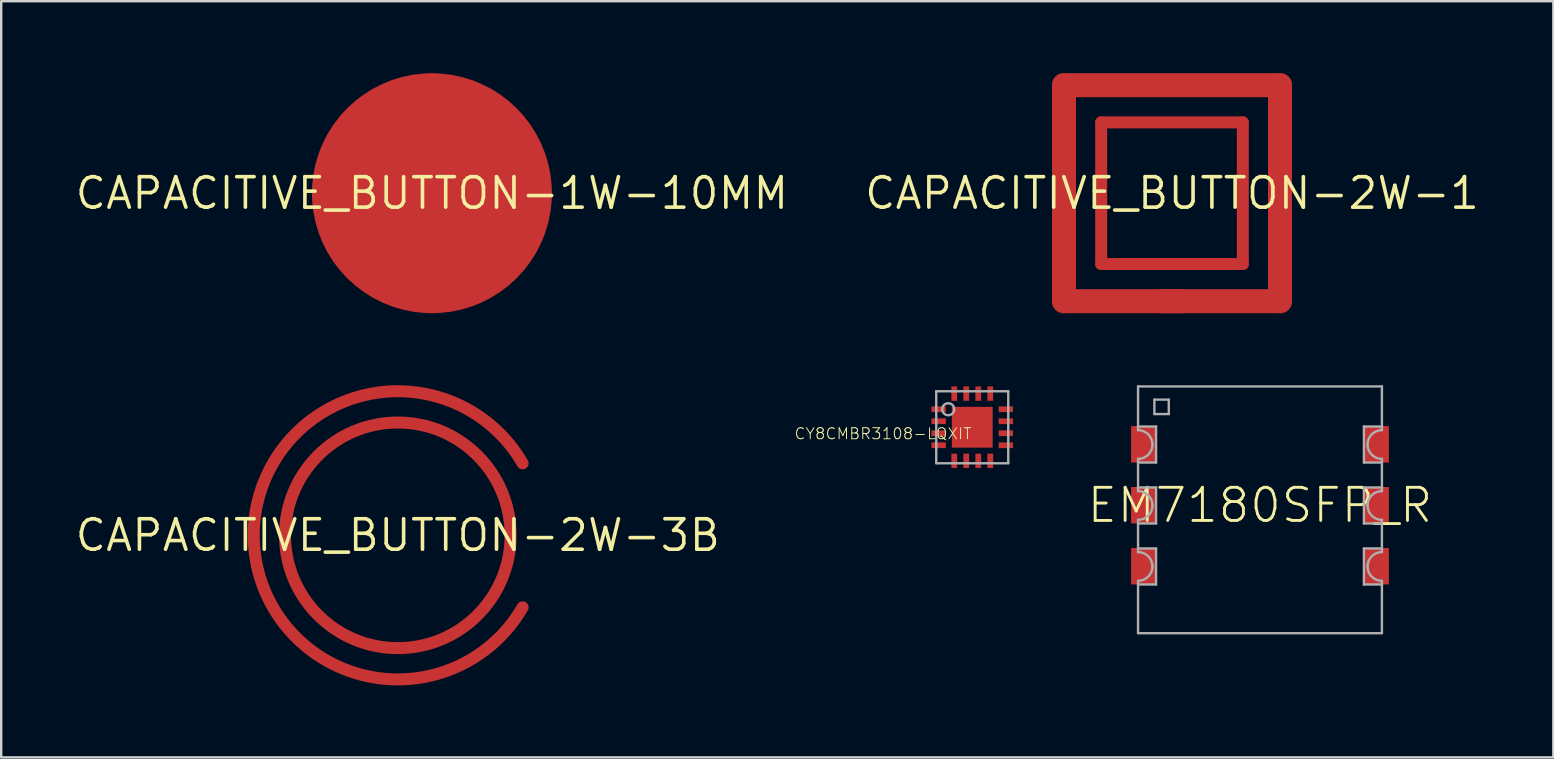
<source format=kicad_pcb>
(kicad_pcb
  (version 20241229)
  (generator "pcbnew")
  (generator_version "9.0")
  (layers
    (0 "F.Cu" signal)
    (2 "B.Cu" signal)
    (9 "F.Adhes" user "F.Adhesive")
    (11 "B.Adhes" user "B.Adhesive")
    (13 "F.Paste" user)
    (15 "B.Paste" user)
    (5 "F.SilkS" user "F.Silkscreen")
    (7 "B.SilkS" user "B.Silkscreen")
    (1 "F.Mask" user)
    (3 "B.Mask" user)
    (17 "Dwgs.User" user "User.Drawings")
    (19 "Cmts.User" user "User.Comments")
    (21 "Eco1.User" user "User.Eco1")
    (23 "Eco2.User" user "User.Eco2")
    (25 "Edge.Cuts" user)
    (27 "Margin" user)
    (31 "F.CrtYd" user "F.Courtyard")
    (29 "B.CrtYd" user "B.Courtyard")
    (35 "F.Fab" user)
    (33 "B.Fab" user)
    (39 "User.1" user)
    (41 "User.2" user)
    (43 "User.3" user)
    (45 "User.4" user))
  (footprint "CAPACITIVE_BUTTON-1W-10MM"
    (layer "F.Cu")
    (at 14.945 5)
    (property "Reference" "CAPACITIVE_BUTTON-1W-10MM" (at 0 0 0) (unlocked yes) (layer "F.SilkS") (effects (font (size 1.27 1.27) (thickness 0.15))))
    (pad "TCH" smd roundrect (at 0 0) (size 10 10) (layers "F.Cu") (roundrect_rratio 0.5)))
  (footprint "CAPACITIVE_BUTTON-2W-1"
    (layer "F.Cu")
    (at 45.779 5)
    (property "Reference" "CAPACITIVE_BUTTON-2W-1" (at 0 0 0) (unlocked yes) (layer "F.SilkS") (effects (font (size 1.27 1.27) (thickness 0.15))))
    (fp_line (start -4.5 -4.5) (end 4.5 -4.5) (stroke (width 1) (type solid)) (layer "F.Cu"))
    (fp_line (start -4.5 4.5) (end -4.5 -4.5) (stroke (width 1) (type solid)) (layer "F.Cu"))
    (fp_line (start -2.95 -2.95) (end -2.95 2.95) (stroke (width 0.5) (type solid)) (layer "F.Cu"))
    (fp_line (start -2.95 2.95) (end 2.95 2.95) (stroke (width 0.5) (type solid)) (layer "F.Cu"))
    (fp_line (start 2.95 -2.95) (end -2.95 -2.95) (stroke (width 0.5) (type solid)) (layer "F.Cu"))
    (fp_line (start 2.95 2.95) (end 2.95 -2.95) (stroke (width 0.5) (type solid)) (layer "F.Cu"))
    (fp_line (start 4.5 -4.5) (end 4.5 4.5) (stroke (width 1) (type solid)) (layer "F.Cu"))
    (fp_line (start 4.5 4.5) (end -4.5 4.5) (stroke (width 1) (type solid)) (layer "F.Cu"))
    (pad "RX" smd rect (at 0 2.95) (size 0.5 0.5) (layers "F.Cu"))
    (pad "TX" smd rect (at 0 4.5) (size 1 1) (layers "F.Cu")))
  (footprint "EM7180SFP_R"
    (layer "F.Cu")
    (at 49.445 18)
    (property "Reference" "EM7180SFP_R" (at 0 0 0) (unlocked yes) (layer "F.SilkS") (effects (font (size 1.38 1.38) (thickness 0.12))))
    (fp_line (start -5.08 -4.95) (end -5.08 -3.28) (stroke (width 0.1) (type solid)) (layer "F.Fab"))
    (fp_line (start -5.08 -3.28) (end -5.08 -3.13) (stroke (width 0.1) (type solid)) (layer "F.Fab"))
    (fp_line (start -5.08 -3.28) (end -4.33 -3.28) (stroke (width 0.1) (type solid)) (layer "F.Fab"))
    (fp_line (start -5.08 -1.78) (end -5.08 -1.93) (stroke (width 0.1) (type solid)) (layer "F.Fab"))
    (fp_line (start -5.08 -1.78) (end -5.08 -0.74) (stroke (width 0.1) (type solid)) (layer "F.Fab"))
    (fp_line (start -5.08 -0.74) (end -5.08 -0.59) (stroke (width 0.1) (type solid)) (layer "F.Fab"))
    (fp_line (start -5.08 -0.74) (end -4.33 -0.74) (stroke (width 0.1) (type solid)) (layer "F.Fab"))
    (fp_line (start -5.08 0.76) (end -5.08 0.61) (stroke (width 0.1) (type solid)) (layer "F.Fab"))
    (fp_line (start -5.08 0.76) (end -5.08 1.8) (stroke (width 0.1) (type solid)) (layer "F.Fab"))
    (fp_line (start -5.08 1.8) (end -5.08 1.95) (stroke (width 0.1) (type solid)) (layer "F.Fab"))
    (fp_line (start -5.08 1.8) (end -4.33 1.8) (stroke (width 0.1) (type solid)) (layer "F.Fab"))
    (fp_line (start -5.08 3.3) (end -5.08 3.15) (stroke (width 0.1) (type solid)) (layer "F.Fab"))
    (fp_line (start -5.08 3.3) (end -5.08 5.33) (stroke (width 0.1) (type solid)) (layer "F.Fab"))
    (fp_line (start -5.08 5.33) (end 5.08 5.33) (stroke (width 0.1) (type solid)) (layer "F.Fab"))
    (fp_line (start -4.4 -4.4) (end -4.4 -3.8) (stroke (width 0.1) (type solid)) (layer "F.Fab"))
    (fp_line (start -4.4 -3.8) (end -3.8 -3.8) (stroke (width 0.1) (type solid)) (layer "F.Fab"))
    (fp_line (start -4.33 -3.28) (end -4.33 -1.78) (stroke (width 0.1) (type solid)) (layer "F.Fab"))
    (fp_line (start -4.33 -1.78) (end -5.08 -1.78) (stroke (width 0.1) (type solid)) (layer "F.Fab"))
    (fp_line (start -4.33 -0.74) (end -4.33 0.76) (stroke (width 0.1) (type solid)) (layer "F.Fab"))
    (fp_line (start -4.33 0.76) (end -5.08 0.76) (stroke (width 0.1) (type solid)) (layer "F.Fab"))
    (fp_line (start -4.33 1.8) (end -4.33 3.3) (stroke (width 0.1) (type solid)) (layer "F.Fab"))
    (fp_line (start -4.33 3.3) (end -5.08 3.3) (stroke (width 0.1) (type solid)) (layer "F.Fab"))
    (fp_line (start -3.8 -4.4) (end -4.4 -4.4) (stroke (width 0.1) (type solid)) (layer "F.Fab"))
    (fp_line (start -3.8 -3.8) (end -3.8 -4.4) (stroke (width 0.1) (type solid)) (layer "F.Fab"))
    (fp_line (start 4.33 -3.28) (end 4.33 -1.78) (stroke (width 0.1) (type solid)) (layer "F.Fab"))
    (fp_line (start 4.33 -1.78) (end 5.08 -1.78) (stroke (width 0.1) (type solid)) (layer "F.Fab"))
    (fp_line (start 4.33 -0.74) (end 4.33 0.76) (stroke (width 0.1) (type solid)) (layer "F.Fab"))
    (fp_line (start 4.33 0.76) (end 5.08 0.76) (stroke (width 0.1) (type solid)) (layer "F.Fab"))
    (fp_line (start 4.33 1.8) (end 4.33 3.3) (stroke (width 0.1) (type solid)) (layer "F.Fab"))
    (fp_line (start 4.33 3.3) (end 5.08 3.3) (stroke (width 0.1) (type solid)) (layer "F.Fab"))
    (fp_line (start 5.08 -4.95) (end -5.08 -4.95) (stroke (width 0.1) (type solid)) (layer "F.Fab"))
    (fp_line (start 5.08 -4.95) (end 5.08 -3.28) (stroke (width 0.1) (type solid)) (layer "F.Fab"))
    (fp_line (start 5.08 -3.28) (end 4.33 -3.28) (stroke (width 0.1) (type solid)) (layer "F.Fab"))
    (fp_line (start 5.08 -3.28) (end 5.08 -3.13) (stroke (width 0.1) (type solid)) (layer "F.Fab"))
    (fp_line (start 5.08 -1.78) (end 5.08 -1.93) (stroke (width 0.1) (type solid)) (layer "F.Fab"))
    (fp_line (start 5.08 -1.78) (end 5.08 -0.74) (stroke (width 0.1) (type solid)) (layer "F.Fab"))
    (fp_line (start 5.08 -0.74) (end 4.33 -0.74) (stroke (width 0.1) (type solid)) (layer "F.Fab"))
    (fp_line (start 5.08 -0.74) (end 5.08 -0.59) (stroke (width 0.1) (type solid)) (layer "F.Fab"))
    (fp_line (start 5.08 0.76) (end 5.08 0.61) (stroke (width 0.1) (type solid)) (layer "F.Fab"))
    (fp_line (start 5.08 0.76) (end 5.08 1.8) (stroke (width 0.1) (type solid)) (layer "F.Fab"))
    (fp_line (start 5.08 1.8) (end 4.33 1.8) (stroke (width 0.1) (type solid)) (layer "F.Fab"))
    (fp_line (start 5.08 1.8) (end 5.08 1.95) (stroke (width 0.1) (type solid)) (layer "F.Fab"))
    (fp_line (start 5.08 3.3) (end 5.08 3.15) (stroke (width 0.1) (type solid)) (layer "F.Fab"))
    (fp_line (start 5.08 3.3) (end 5.08 5.33) (stroke (width 0.1) (type solid)) (layer "F.Fab"))
    (fp_arc (start -5.08 -3.13) (mid -4.655736 -2.954264) (end -4.48 -2.53) (stroke (width 0.1) (type solid)) (layer "F.Fab"))
    (fp_arc (start -5.08 -0.59) (mid -4.655736 -0.414264) (end -4.48 0.01) (stroke (width 0.1) (type solid)) (layer "F.Fab"))
    (fp_arc (start -5.08 1.95) (mid -4.655736 2.125736) (end -4.48 2.55) (stroke (width 0.1) (type solid)) (layer "F.Fab"))
    (fp_arc (start -4.48 -2.53) (mid -4.655736 -2.105736) (end -5.08 -1.93) (stroke (width 0.1) (type solid)) (layer "F.Fab"))
    (fp_arc (start -4.48 2.55) (mid -4.655736 2.974264) (end -5.08 3.15) (stroke (width 0.1) (type solid)) (layer "F.Fab"))
    (fp_arc (start -4.479999 0.009999) (mid -4.655735 0.434264) (end -5.08 0.61) (stroke (width 0.1) (type solid)) (layer "F.Fab"))
    (fp_arc (start 4.48 -2.53) (mid 4.655736 -2.954264) (end 5.08 -3.13) (stroke (width 0.1) (type solid)) (layer "F.Fab"))
    (fp_arc (start 4.48 0.01) (mid 4.655736 -0.414264) (end 5.08 -0.59) (stroke (width 0.1) (type solid)) (layer "F.Fab"))
    (fp_arc (start 4.48 2.55) (mid 4.655736 2.125736) (end 5.08 1.95) (stroke (width 0.1) (type solid)) (layer "F.Fab"))
    (fp_arc (start 5.08 -1.93) (mid 4.655736 -2.105736) (end 4.48 -2.53) (stroke (width 0.1) (type solid)) (layer "F.Fab"))
    (fp_arc (start 5.08 0.61) (mid 4.655735 0.434264) (end 4.479999 0.009999) (stroke (width 0.1) (type solid)) (layer "F.Fab"))
    (fp_arc (start 5.08 3.15) (mid 4.655736 2.974264) (end 4.48 2.55) (stroke (width 0.1) (type solid)) (layer "F.Fab"))
    (pad "1" smd rect (at -4.845 -2.54) (size 1.05 1.52) (layers "F.Cu" "F.Mask" "F.Paste"))
    (pad "2" smd rect (at -4.845 0) (size 1.05 1.52) (layers "F.Cu" "F.Mask" "F.Paste"))
    (pad "3" smd rect (at -4.845 2.54) (size 1.05 1.52) (layers "F.Cu" "F.Mask" "F.Paste"))
    (pad "4" smd rect (at 4.845 2.54 180) (size 1.05 1.52) (layers "F.Cu" "F.Mask" "F.Paste"))
    (pad "5" smd rect (at 4.845 0 180) (size 1.05 1.52) (layers "F.Cu" "F.Mask" "F.Paste"))
    (pad "6" smd rect (at 4.845 -2.54 180) (size 1.05 1.52) (layers "F.Cu" "F.Mask" "F.Paste")))
  (footprint "CY8CMBR3108-LQXIT"
    (layer "F.Cu")
    (at 37.457 14.75)
    (property "Reference" "CY8CMBR3108-LQXIT" (at 0 0 0) (unlocked yes) (layer "F.SilkS") (effects (font (size 0.46 0.46) (thickness 0.04)) (justify right top)))
    (fp_poly (pts (xy -1.75 -0.58) (xy -1.05 -0.58) (xy -1.05 -0.92) (xy -1.75 -0.92)) (stroke (width 0) (type default)) (fill yes) (layer "F.Mask"))
    (fp_poly (pts (xy -1.75 -0.08) (xy -1.05 -0.08) (xy -1.05 -0.42) (xy -1.75 -0.42)) (stroke (width 0) (type default)) (fill yes) (layer "F.Mask"))
    (fp_poly (pts (xy -1.75 0.42) (xy -1.05 0.42) (xy -1.05 0.08) (xy -1.75 0.08)) (stroke (width 0) (type default)) (fill yes) (layer "F.Mask"))
    (fp_poly (pts (xy -1.75 0.92) (xy -1.05 0.92) (xy -1.05 0.58) (xy -1.75 0.58)) (stroke (width 0) (type default)) (fill yes) (layer "F.Mask"))
    (fp_poly (pts (xy -0.92 -1.75) (xy -0.92 -1.05) (xy -0.58 -1.05) (xy -0.58 -1.75)) (stroke (width 0) (type default)) (fill yes) (layer "F.Mask"))
    (fp_poly (pts (xy -0.9 0.9) (xy 0.9 0.9) (xy 0.9 -0.9) (xy -0.9 -0.9)) (stroke (width 0) (type default)) (fill yes) (layer "F.Mask"))
    (fp_poly (pts (xy -0.58 1.75) (xy -0.58 1.05) (xy -0.92 1.05) (xy -0.92 1.75)) (stroke (width 0) (type default)) (fill yes) (layer "F.Mask"))
    (fp_poly (pts (xy -0.42 -1.75) (xy -0.42 -1.05) (xy -0.08 -1.05) (xy -0.08 -1.75)) (stroke (width 0) (type default)) (fill yes) (layer "F.Mask"))
    (fp_poly (pts (xy -0.08 1.75) (xy -0.08 1.05) (xy -0.42 1.05) (xy -0.42 1.75)) (stroke (width 0) (type default)) (fill yes) (layer "F.Mask"))
    (fp_poly (pts (xy 0.08 -1.75) (xy 0.08 -1.05) (xy 0.42 -1.05) (xy 0.42 -1.75)) (stroke (width 0) (type default)) (fill yes) (layer "F.Mask"))
    (fp_poly (pts (xy 0.42 1.75) (xy 0.42 1.05) (xy 0.08 1.05) (xy 0.08 1.75)) (stroke (width 0) (type default)) (fill yes) (layer "F.Mask"))
    (fp_poly (pts (xy 0.42 1.75) (xy 0.42 1.05) (xy 0.08 1.05) (xy 0.08 1.75)) (stroke (width 0) (type default)) (fill yes) (layer "F.Mask"))
    (fp_poly (pts (xy 0.58 -1.75) (xy 0.58 -1.05) (xy 0.92 -1.05) (xy 0.92 -1.75)) (stroke (width 0) (type default)) (fill yes) (layer "F.Mask"))
    (fp_poly (pts (xy 0.92 1.75) (xy 0.92 1.05) (xy 0.58 1.05) (xy 0.58 1.75)) (stroke (width 0) (type default)) (fill yes) (layer "F.Mask"))
    (fp_poly (pts (xy 1.75 -0.92) (xy 1.05 -0.92) (xy 1.05 -0.58) (xy 1.75 -0.58)) (stroke (width 0) (type default)) (fill yes) (layer "F.Mask"))
    (fp_poly (pts (xy 1.75 -0.42) (xy 1.05 -0.42) (xy 1.05 -0.08) (xy 1.75 -0.08)) (stroke (width 0) (type default)) (fill yes) (layer "F.Mask"))
    (fp_poly (pts (xy 1.75 0.08) (xy 1.05 0.08) (xy 1.05 0.42) (xy 1.75 0.42)) (stroke (width 0) (type default)) (fill yes) (layer "F.Mask"))
    (fp_poly (pts (xy 1.75 0.58) (xy 1.05 0.58) (xy 1.05 0.92) (xy 1.75 0.92)) (stroke (width 0) (type default)) (fill yes) (layer "F.Mask"))
    (fp_poly (pts (xy -0.77 0.77) (xy 0.77 0.77) (xy 0.77 -0.77) (xy -0.77 -0.77)) (stroke (width 0) (type default)) (fill yes) (layer "F.Paste"))
    (fp_line (start -1.5 -1.5) (end -1.5 1.5) (stroke (width 0.1) (type solid)) (layer "F.Fab"))
    (fp_line (start -1.5 1.5) (end 1.5 1.5) (stroke (width 0.1) (type solid)) (layer "F.Fab"))
    (fp_line (start 1.5 -1.5) (end -1.5 -1.5) (stroke (width 0.1) (type solid)) (layer "F.Fab"))
    (fp_line (start 1.5 1.5) (end 1.5 -1.5) (stroke (width 0.1) (type solid)) (layer "F.Fab"))
    (fp_circle (center -1 -0.75) (end -0.75 -0.75) (stroke (width 0.1) (type solid)) (fill no) (layer "F.Fab"))
    (pad "0" smd rect (at 0 0) (size 1.7 1.7) (layers "F.Cu"))
    (pad "1" smd rect (at -1.4 -0.75 90) (size 0.24 0.6) (layers "F.Cu" "F.Paste"))
    (pad "2" smd rect (at -1.4 -0.25 90) (size 0.24 0.6) (layers "F.Cu" "F.Paste"))
    (pad "3" smd rect (at -1.4 0.25 90) (size 0.24 0.6) (layers "F.Cu" "F.Paste"))
    (pad "4" smd rect (at -1.4 0.75 90) (size 0.24 0.6) (layers "F.Cu" "F.Paste"))
    (pad "5" smd rect (at -0.75 1.4 180) (size 0.24 0.6) (layers "F.Cu" "F.Paste"))
    (pad "6" smd rect (at -0.25 1.4 180) (size 0.24 0.6) (layers "F.Cu" "F.Paste"))
    (pad "7" smd rect (at 0.25 1.4 180) (size 0.24 0.6) (layers "F.Cu" "F.Paste"))
    (pad "8" smd rect (at 0.75 1.4 180) (size 0.24 0.6) (layers "F.Cu" "F.Paste"))
    (pad "9" smd rect (at 1.4 0.75 90) (size 0.24 0.6) (layers "F.Cu" "F.Paste"))
    (pad "10" smd rect (at 1.4 0.25 90) (size 0.24 0.6) (layers "F.Cu" "F.Paste"))
    (pad "11" smd rect (at 1.4 -0.25 90) (size 0.24 0.6) (layers "F.Cu" "F.Paste"))
    (pad "12" smd rect (at 1.4 -0.75 90) (size 0.24 0.6) (layers "F.Cu" "F.Paste"))
    (pad "13" smd rect (at 0.75 -1.4 180) (size 0.24 0.6) (layers "F.Cu" "F.Paste"))
    (pad "14" smd rect (at 0.25 -1.4 180) (size 0.24 0.6) (layers "F.Cu" "F.Paste"))
    (pad "15" smd rect (at -0.25 -1.4 180) (size 0.24 0.6) (layers "F.Cu" "F.Paste"))
    (pad "16" smd rect (at -0.75 -1.4 180) (size 0.24 0.6) (layers "F.Cu" "F.Paste")))
  (footprint "CAPACITIVE_BUTTON-2W-3B"
    (layer "F.Cu")
    (at 13.524 19.253)
    (property "Reference" "CAPACITIVE_BUTTON-2W-3B" (at 0 0 0) (unlocked yes) (layer "F.SilkS") (effects (font (size 1.27 1.27) (thickness 0.15))))
    (fp_arc (start 5.2 3) (mid -6.0035 0) (end 5.2 -3) (stroke (width 0.5) (type solid)) (layer "F.Cu"))
    (fp_circle (center 0 0) (end 4.7 0) (stroke (width 0.5) (type solid)) (fill no) (layer "F.Cu"))
    (pad "RX" smd rect (at 4.7 0 90) (size 0.25 0.25) (layers "F.Cu"))
    (pad "TX" smd rect (at 5.199 2.984 270) (size 0.25 0.25) (layers "F.Cu")))
  (gr_rect
    (start -3 -3)
    (end 61.667 28.507)
    (stroke (width 0.1) (type default))
    (fill no)
    (layer "Edge.Cuts")))
</source>
